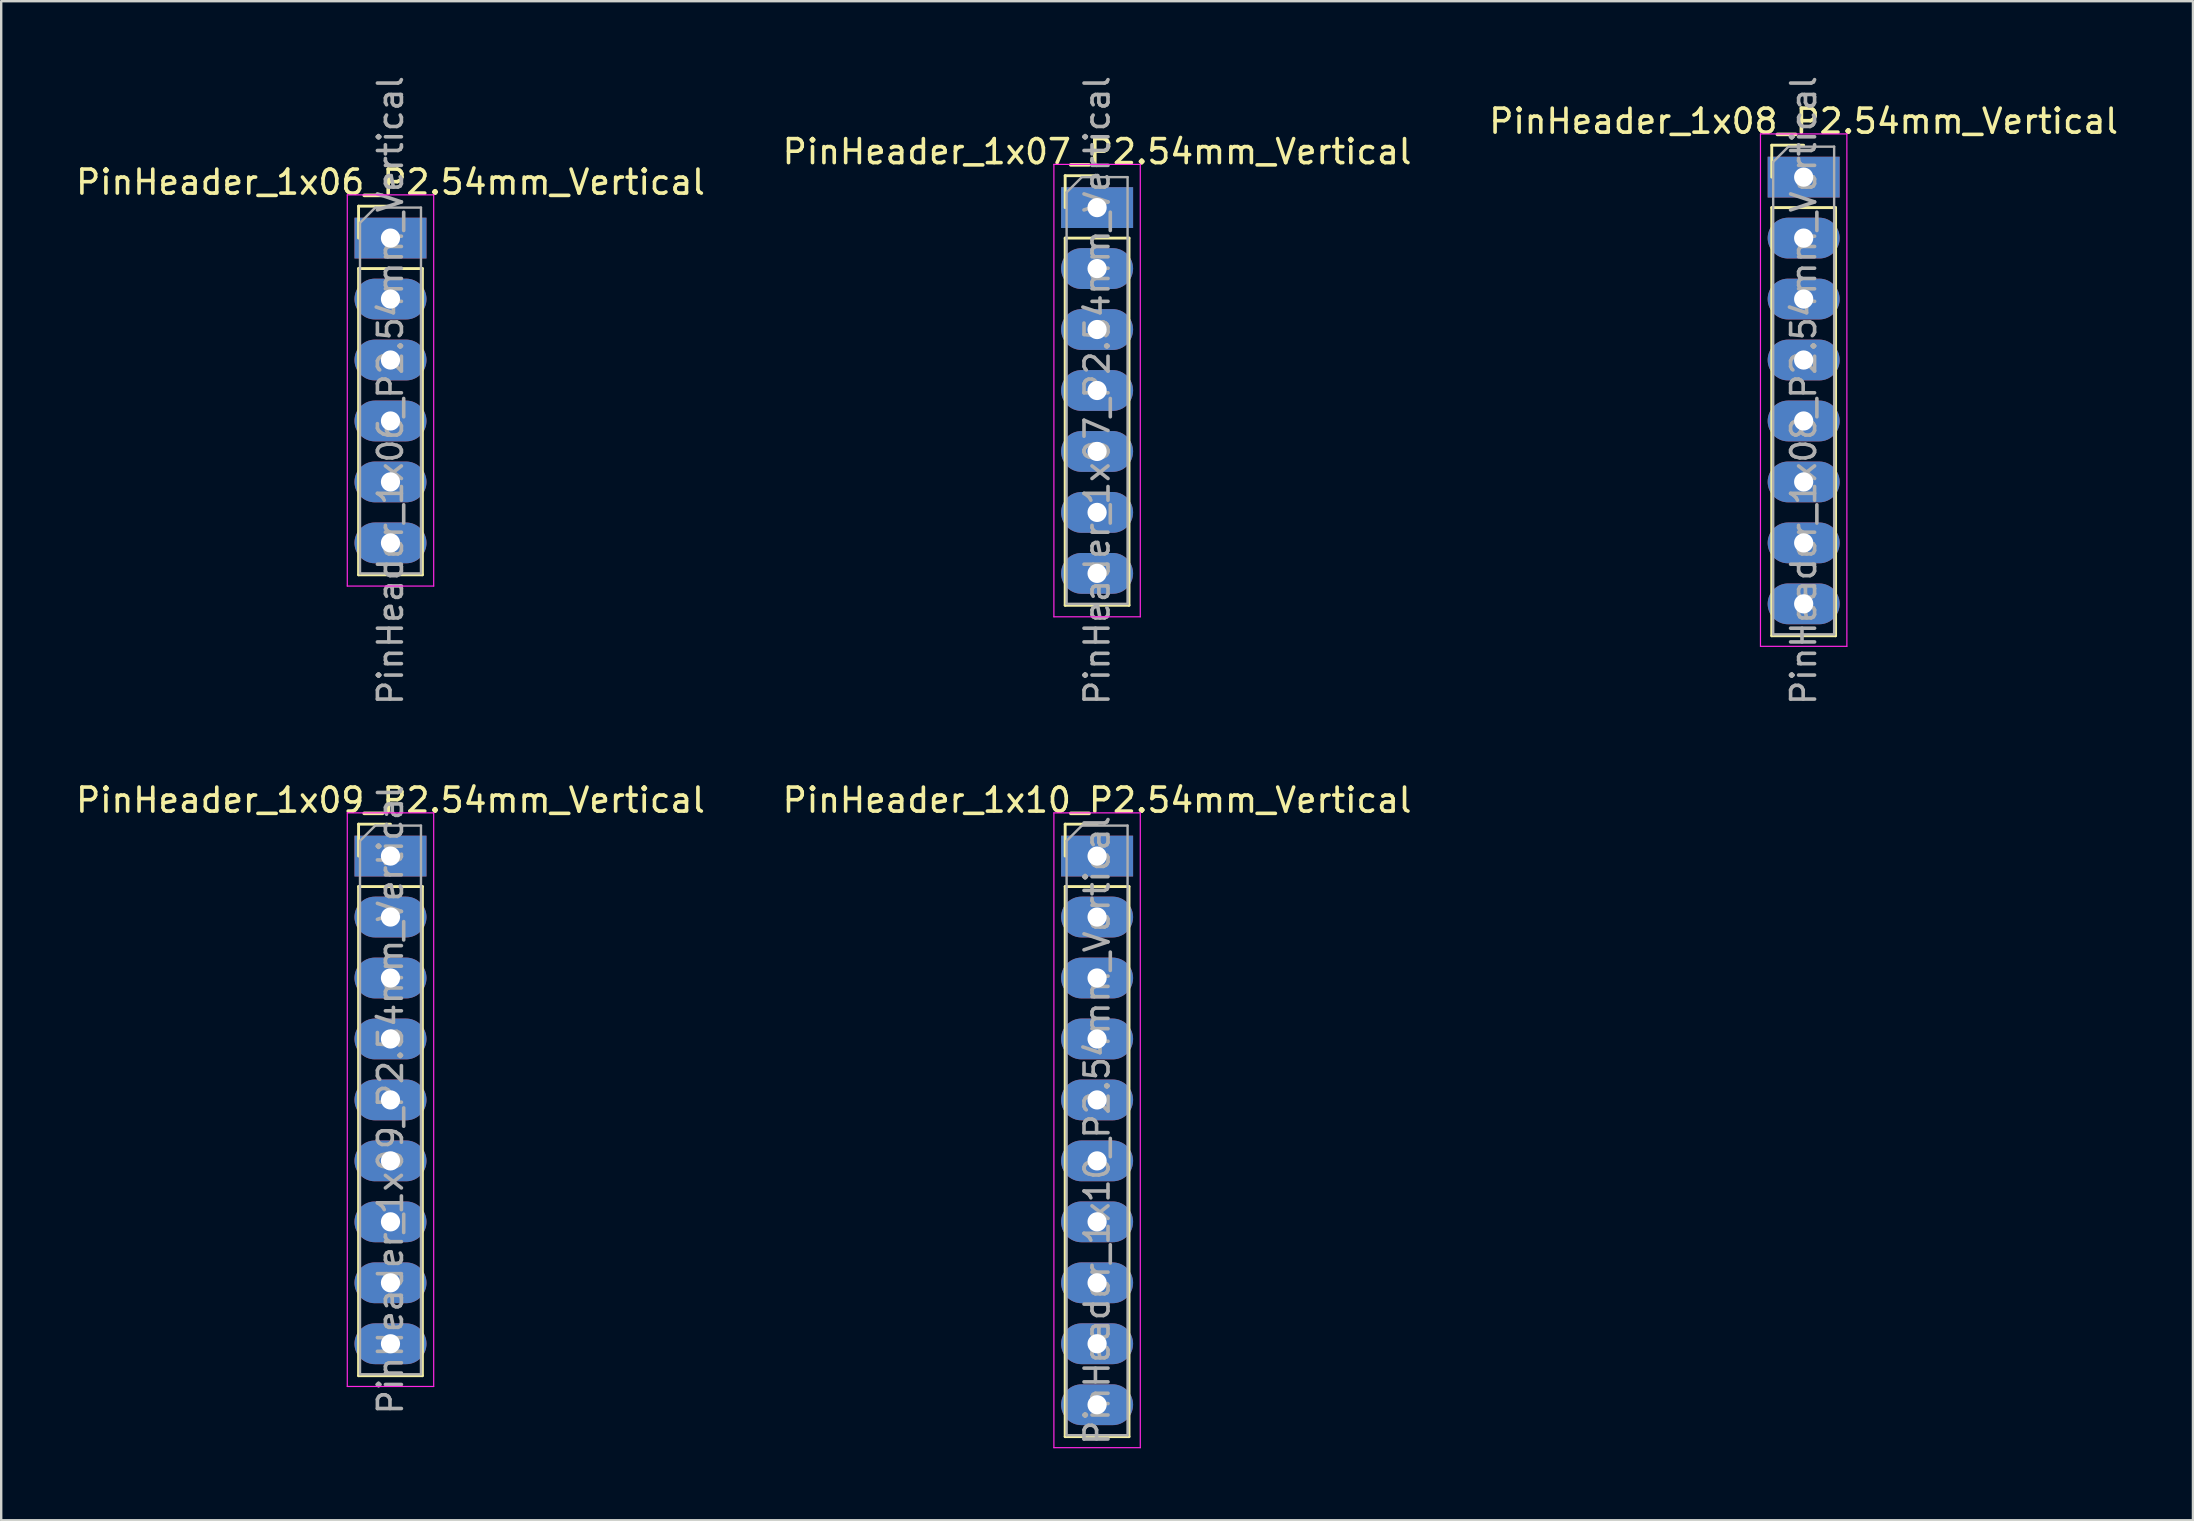
<source format=kicad_pcb>
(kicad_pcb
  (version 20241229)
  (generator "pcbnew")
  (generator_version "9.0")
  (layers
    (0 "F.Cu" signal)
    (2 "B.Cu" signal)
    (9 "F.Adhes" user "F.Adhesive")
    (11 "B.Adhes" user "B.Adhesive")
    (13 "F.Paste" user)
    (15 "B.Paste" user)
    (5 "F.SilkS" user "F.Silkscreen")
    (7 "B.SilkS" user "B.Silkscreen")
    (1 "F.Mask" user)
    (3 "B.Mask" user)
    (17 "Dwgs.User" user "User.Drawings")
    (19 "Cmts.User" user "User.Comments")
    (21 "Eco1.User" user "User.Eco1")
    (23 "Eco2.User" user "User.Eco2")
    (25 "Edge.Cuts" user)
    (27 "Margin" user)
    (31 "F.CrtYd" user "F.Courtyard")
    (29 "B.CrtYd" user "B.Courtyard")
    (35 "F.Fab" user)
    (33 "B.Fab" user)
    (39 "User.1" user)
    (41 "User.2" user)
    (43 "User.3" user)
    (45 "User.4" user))
  (footprint "PinHeader_1x06_P2.54mm_Vertical"
    (layer "F.Cu")
    (at 13.22 6.87)
    (property "Reference" "PinHeader_1x06_P2.54mm_Vertical" (at 0 -2.33 0) (layer "F.SilkS") (effects (font (size 1 1) (thickness 0.15))))
    (attr through_hole)
    (fp_line (start -1.33 -1.33) (end 0 -1.33) (stroke (width 0.12) (type solid)) (layer "F.SilkS"))
    (fp_line (start -1.33 0) (end -1.33 -1.33) (stroke (width 0.12) (type solid)) (layer "F.SilkS"))
    (fp_line (start -1.33 1.27) (end -1.33 14.03) (stroke (width 0.12) (type solid)) (layer "F.SilkS"))
    (fp_line (start -1.33 1.27) (end 1.33 1.27) (stroke (width 0.12) (type solid)) (layer "F.SilkS"))
    (fp_line (start -1.33 14.03) (end 1.33 14.03) (stroke (width 0.12) (type solid)) (layer "F.SilkS"))
    (fp_line (start 1.33 1.27) (end 1.33 14.03) (stroke (width 0.12) (type solid)) (layer "F.SilkS"))
    (fp_line (start -1.8 -1.8) (end -1.8 14.5) (stroke (width 0.05) (type solid)) (layer "F.CrtYd"))
    (fp_line (start -1.8 14.5) (end 1.8 14.5) (stroke (width 0.05) (type solid)) (layer "F.CrtYd"))
    (fp_line (start 1.8 -1.8) (end -1.8 -1.8) (stroke (width 0.05) (type solid)) (layer "F.CrtYd"))
    (fp_line (start 1.8 14.5) (end 1.8 -1.8) (stroke (width 0.05) (type solid)) (layer "F.CrtYd"))
    (fp_line (start -1.27 -0.635) (end -0.635 -1.27) (stroke (width 0.1) (type solid)) (layer "F.Fab"))
    (fp_line (start -1.27 13.97) (end -1.27 -0.635) (stroke (width 0.1) (type solid)) (layer "F.Fab"))
    (fp_line (start -0.635 -1.27) (end 1.27 -1.27) (stroke (width 0.1) (type solid)) (layer "F.Fab"))
    (fp_line (start 1.27 -1.27) (end 1.27 13.97) (stroke (width 0.1) (type solid)) (layer "F.Fab"))
    (fp_line (start 1.27 13.97) (end -1.27 13.97) (stroke (width 0.1) (type solid)) (layer "F.Fab"))
    (fp_text user "${REFERENCE}" (at 0 6.35 90) (layer "F.Fab") (effects (font (size 1 1) (thickness 0.15))))
    (pad "1" thru_hole rect (at 0 0) (size 3 1.7) (drill 0.8) (layers "*.Cu" "*.Mask"))
    (pad "2" thru_hole oval (at 0 2.54) (size 3 1.7) (drill 0.8) (layers "*.Cu" "*.Mask"))
    (pad "3" thru_hole oval (at 0 5.08) (size 3 1.7) (drill 0.8) (layers "*.Cu" "*.Mask"))
    (pad "4" thru_hole oval (at 0 7.62) (size 3 1.7) (drill 0.8) (layers "*.Cu" "*.Mask"))
    (pad "5" thru_hole oval (at 0 10.16) (size 3 1.7) (drill 0.8) (layers "*.Cu" "*.Mask"))
    (pad "6" thru_hole oval (at 0 12.7) (size 3 1.7) (drill 0.8) (layers "*.Cu" "*.Mask")))
  (footprint "PinHeader_1x09_P2.54mm_Vertical"
    (layer "F.Cu")
    (at 13.22 32.619)
    (property "Reference" "PinHeader_1x09_P2.54mm_Vertical" (at 0 -2.33 0) (layer "F.SilkS") (effects (font (size 1 1) (thickness 0.15))))
    (attr through_hole)
    (fp_line (start -1.33 -1.33) (end 0 -1.33) (stroke (width 0.12) (type solid)) (layer "F.SilkS"))
    (fp_line (start -1.33 0) (end -1.33 -1.33) (stroke (width 0.12) (type solid)) (layer "F.SilkS"))
    (fp_line (start -1.33 1.27) (end -1.33 21.65) (stroke (width 0.12) (type solid)) (layer "F.SilkS"))
    (fp_line (start -1.33 1.27) (end 1.33 1.27) (stroke (width 0.12) (type solid)) (layer "F.SilkS"))
    (fp_line (start -1.33 21.65) (end 1.33 21.65) (stroke (width 0.12) (type solid)) (layer "F.SilkS"))
    (fp_line (start 1.33 1.27) (end 1.33 21.65) (stroke (width 0.12) (type solid)) (layer "F.SilkS"))
    (fp_line (start -1.8 -1.8) (end -1.8 22.1) (stroke (width 0.05) (type solid)) (layer "F.CrtYd"))
    (fp_line (start -1.8 22.1) (end 1.8 22.1) (stroke (width 0.05) (type solid)) (layer "F.CrtYd"))
    (fp_line (start 1.8 -1.8) (end -1.8 -1.8) (stroke (width 0.05) (type solid)) (layer "F.CrtYd"))
    (fp_line (start 1.8 22.1) (end 1.8 -1.8) (stroke (width 0.05) (type solid)) (layer "F.CrtYd"))
    (fp_line (start -1.27 -0.635) (end -0.635 -1.27) (stroke (width 0.1) (type solid)) (layer "F.Fab"))
    (fp_line (start -1.27 21.59) (end -1.27 -0.635) (stroke (width 0.1) (type solid)) (layer "F.Fab"))
    (fp_line (start -0.635 -1.27) (end 1.27 -1.27) (stroke (width 0.1) (type solid)) (layer "F.Fab"))
    (fp_line (start 1.27 -1.27) (end 1.27 21.59) (stroke (width 0.1) (type solid)) (layer "F.Fab"))
    (fp_line (start 1.27 21.59) (end -1.27 21.59) (stroke (width 0.1) (type solid)) (layer "F.Fab"))
    (fp_text user "${REFERENCE}" (at 0 10.16 90) (layer "F.Fab") (effects (font (size 1 1) (thickness 0.15))))
    (pad "1" thru_hole rect (at 0 0) (size 3 1.7) (drill 0.8) (layers "*.Cu" "*.Mask"))
    (pad "2" thru_hole oval (at 0 2.54) (size 3 1.7) (drill 0.8) (layers "*.Cu" "*.Mask"))
    (pad "3" thru_hole oval (at 0 5.08) (size 3 1.7) (drill 0.8) (layers "*.Cu" "*.Mask"))
    (pad "4" thru_hole oval (at 0 7.62) (size 3 1.7) (drill 0.8) (layers "*.Cu" "*.Mask"))
    (pad "5" thru_hole oval (at 0 10.16) (size 3 1.7) (drill 0.8) (layers "*.Cu" "*.Mask"))
    (pad "6" thru_hole oval (at 0 12.7) (size 3 1.7) (drill 0.8) (layers "*.Cu" "*.Mask"))
    (pad "7" thru_hole oval (at 0 15.24) (size 3 1.7) (drill 0.8) (layers "*.Cu" "*.Mask"))
    (pad "8" thru_hole oval (at 0 17.78) (size 3 1.7) (drill 0.8) (layers "*.Cu" "*.Mask"))
    (pad "9" thru_hole oval (at 0 20.32) (size 3 1.7) (drill 0.8) (layers "*.Cu" "*.Mask")))
  (footprint "PinHeader_1x07_P2.54mm_Vertical"
    (layer "F.Cu")
    (at 42.661 5.6)
    (property "Reference" "PinHeader_1x07_P2.54mm_Vertical" (at 0 -2.33 0) (layer "F.SilkS") (effects (font (size 1 1) (thickness 0.15))))
    (attr through_hole)
    (fp_line (start -1.33 -1.33) (end 0 -1.33) (stroke (width 0.12) (type solid)) (layer "F.SilkS"))
    (fp_line (start -1.33 0) (end -1.33 -1.33) (stroke (width 0.12) (type solid)) (layer "F.SilkS"))
    (fp_line (start -1.33 1.27) (end -1.33 16.57) (stroke (width 0.12) (type solid)) (layer "F.SilkS"))
    (fp_line (start -1.33 1.27) (end 1.33 1.27) (stroke (width 0.12) (type solid)) (layer "F.SilkS"))
    (fp_line (start -1.33 16.57) (end 1.33 16.57) (stroke (width 0.12) (type solid)) (layer "F.SilkS"))
    (fp_line (start 1.33 1.27) (end 1.33 16.57) (stroke (width 0.12) (type solid)) (layer "F.SilkS"))
    (fp_line (start -1.8 -1.8) (end -1.8 17.05) (stroke (width 0.05) (type solid)) (layer "F.CrtYd"))
    (fp_line (start -1.8 17.05) (end 1.8 17.05) (stroke (width 0.05) (type solid)) (layer "F.CrtYd"))
    (fp_line (start 1.8 -1.8) (end -1.8 -1.8) (stroke (width 0.05) (type solid)) (layer "F.CrtYd"))
    (fp_line (start 1.8 17.05) (end 1.8 -1.8) (stroke (width 0.05) (type solid)) (layer "F.CrtYd"))
    (fp_line (start -1.27 -0.635) (end -0.635 -1.27) (stroke (width 0.1) (type solid)) (layer "F.Fab"))
    (fp_line (start -1.27 16.51) (end -1.27 -0.635) (stroke (width 0.1) (type solid)) (layer "F.Fab"))
    (fp_line (start -0.635 -1.27) (end 1.27 -1.27) (stroke (width 0.1) (type solid)) (layer "F.Fab"))
    (fp_line (start 1.27 -1.27) (end 1.27 16.51) (stroke (width 0.1) (type solid)) (layer "F.Fab"))
    (fp_line (start 1.27 16.51) (end -1.27 16.51) (stroke (width 0.1) (type solid)) (layer "F.Fab"))
    (fp_text user "${REFERENCE}" (at 0 7.62 90) (layer "F.Fab") (effects (font (size 1 1) (thickness 0.15))))
    (pad "1" thru_hole rect (at 0 0) (size 3 1.7) (drill 0.8) (layers "*.Cu" "*.Mask"))
    (pad "2" thru_hole oval (at 0 2.54) (size 3 1.7) (drill 0.8) (layers "*.Cu" "*.Mask"))
    (pad "3" thru_hole oval (at 0 5.08) (size 3 1.7) (drill 0.8) (layers "*.Cu" "*.Mask"))
    (pad "4" thru_hole oval (at 0 7.62) (size 3 1.7) (drill 0.8) (layers "*.Cu" "*.Mask"))
    (pad "5" thru_hole oval (at 0 10.16) (size 3 1.7) (drill 0.8) (layers "*.Cu" "*.Mask"))
    (pad "6" thru_hole oval (at 0 12.7) (size 3 1.7) (drill 0.8) (layers "*.Cu" "*.Mask"))
    (pad "7" thru_hole oval (at 0 15.24) (size 3 1.7) (drill 0.8) (layers "*.Cu" "*.Mask")))
  (footprint "PinHeader_1x08_P2.54mm_Vertical"
    (layer "F.Cu")
    (at 72.101 4.33)
    (property "Reference" "PinHeader_1x08_P2.54mm_Vertical" (at 0 -2.33 0) (layer "F.SilkS") (effects (font (size 1 1) (thickness 0.15))))
    (attr through_hole)
    (fp_line (start -1.33 -1.33) (end 0 -1.33) (stroke (width 0.12) (type solid)) (layer "F.SilkS"))
    (fp_line (start -1.33 0) (end -1.33 -1.33) (stroke (width 0.12) (type solid)) (layer "F.SilkS"))
    (fp_line (start -1.33 1.27) (end -1.33 19.11) (stroke (width 0.12) (type solid)) (layer "F.SilkS"))
    (fp_line (start -1.33 1.27) (end 1.33 1.27) (stroke (width 0.12) (type solid)) (layer "F.SilkS"))
    (fp_line (start -1.33 19.11) (end 1.33 19.11) (stroke (width 0.12) (type solid)) (layer "F.SilkS"))
    (fp_line (start 1.33 1.27) (end 1.33 19.11) (stroke (width 0.12) (type solid)) (layer "F.SilkS"))
    (fp_line (start -1.8 -1.8) (end -1.8 19.55) (stroke (width 0.05) (type solid)) (layer "F.CrtYd"))
    (fp_line (start -1.8 19.55) (end 1.8 19.55) (stroke (width 0.05) (type solid)) (layer "F.CrtYd"))
    (fp_line (start 1.8 -1.8) (end -1.8 -1.8) (stroke (width 0.05) (type solid)) (layer "F.CrtYd"))
    (fp_line (start 1.8 19.55) (end 1.8 -1.8) (stroke (width 0.05) (type solid)) (layer "F.CrtYd"))
    (fp_line (start -1.27 -0.635) (end -0.635 -1.27) (stroke (width 0.1) (type solid)) (layer "F.Fab"))
    (fp_line (start -1.27 19.05) (end -1.27 -0.635) (stroke (width 0.1) (type solid)) (layer "F.Fab"))
    (fp_line (start -0.635 -1.27) (end 1.27 -1.27) (stroke (width 0.1) (type solid)) (layer "F.Fab"))
    (fp_line (start 1.27 -1.27) (end 1.27 19.05) (stroke (width 0.1) (type solid)) (layer "F.Fab"))
    (fp_line (start 1.27 19.05) (end -1.27 19.05) (stroke (width 0.1) (type solid)) (layer "F.Fab"))
    (fp_text user "${REFERENCE}" (at 0 8.89 90) (layer "F.Fab") (effects (font (size 1 1) (thickness 0.15))))
    (pad "1" thru_hole rect (at 0 0) (size 3 1.7) (drill 0.8) (layers "*.Cu" "*.Mask"))
    (pad "2" thru_hole oval (at 0 2.54) (size 3 1.7) (drill 0.8) (layers "*.Cu" "*.Mask"))
    (pad "3" thru_hole oval (at 0 5.08) (size 3 1.7) (drill 0.8) (layers "*.Cu" "*.Mask"))
    (pad "4" thru_hole oval (at 0 7.62) (size 3 1.7) (drill 0.8) (layers "*.Cu" "*.Mask"))
    (pad "5" thru_hole oval (at 0 10.16) (size 3 1.7) (drill 0.8) (layers "*.Cu" "*.Mask"))
    (pad "6" thru_hole oval (at 0 12.7) (size 3 1.7) (drill 0.8) (layers "*.Cu" "*.Mask"))
    (pad "7" thru_hole oval (at 0 15.24) (size 3 1.7) (drill 0.8) (layers "*.Cu" "*.Mask"))
    (pad "8" thru_hole oval (at 0 17.78) (size 3 1.7) (drill 0.8) (layers "*.Cu" "*.Mask")))
  (footprint "PinHeader_1x10_P2.54mm_Vertical"
    (layer "F.Cu")
    (at 42.661 32.619)
    (property "Reference" "PinHeader_1x10_P2.54mm_Vertical" (at 0 -2.33 0) (layer "F.SilkS") (effects (font (size 1 1) (thickness 0.15))))
    (attr through_hole)
    (fp_line (start -1.33 -1.33) (end 0 -1.33) (stroke (width 0.12) (type solid)) (layer "F.SilkS"))
    (fp_line (start -1.33 0) (end -1.33 -1.33) (stroke (width 0.12) (type solid)) (layer "F.SilkS"))
    (fp_line (start -1.33 1.27) (end -1.33 24.19) (stroke (width 0.12) (type solid)) (layer "F.SilkS"))
    (fp_line (start -1.33 1.27) (end 1.33 1.27) (stroke (width 0.12) (type solid)) (layer "F.SilkS"))
    (fp_line (start -1.33 24.19) (end 1.33 24.19) (stroke (width 0.12) (type solid)) (layer "F.SilkS"))
    (fp_line (start 1.33 1.27) (end 1.33 24.19) (stroke (width 0.12) (type solid)) (layer "F.SilkS"))
    (fp_line (start -1.8 -1.8) (end -1.8 24.65) (stroke (width 0.05) (type solid)) (layer "F.CrtYd"))
    (fp_line (start -1.8 24.65) (end 1.8 24.65) (stroke (width 0.05) (type solid)) (layer "F.CrtYd"))
    (fp_line (start 1.8 -1.8) (end -1.8 -1.8) (stroke (width 0.05) (type solid)) (layer "F.CrtYd"))
    (fp_line (start 1.8 24.65) (end 1.8 -1.8) (stroke (width 0.05) (type solid)) (layer "F.CrtYd"))
    (fp_line (start -1.27 -0.635) (end -0.635 -1.27) (stroke (width 0.1) (type solid)) (layer "F.Fab"))
    (fp_line (start -1.27 24.13) (end -1.27 -0.635) (stroke (width 0.1) (type solid)) (layer "F.Fab"))
    (fp_line (start -0.635 -1.27) (end 1.27 -1.27) (stroke (width 0.1) (type solid)) (layer "F.Fab"))
    (fp_line (start 1.27 -1.27) (end 1.27 24.13) (stroke (width 0.1) (type solid)) (layer "F.Fab"))
    (fp_line (start 1.27 24.13) (end -1.27 24.13) (stroke (width 0.1) (type solid)) (layer "F.Fab"))
    (fp_text user "${REFERENCE}" (at 0 11.43 90) (layer "F.Fab") (effects (font (size 1 1) (thickness 0.15))))
    (pad "1" thru_hole rect (at 0 0) (size 3 1.7) (drill 0.8) (layers "*.Cu" "*.Mask"))
    (pad "2" thru_hole oval (at 0 2.54) (size 3 1.7) (drill 0.8) (layers "*.Cu" "*.Mask"))
    (pad "3" thru_hole oval (at 0 5.08) (size 3 1.7) (drill 0.8) (layers "*.Cu" "*.Mask"))
    (pad "4" thru_hole oval (at 0 7.62) (size 3 1.7) (drill 0.8) (layers "*.Cu" "*.Mask"))
    (pad "5" thru_hole oval (at 0 10.16) (size 3 1.7) (drill 0.8) (layers "*.Cu" "*.Mask"))
    (pad "6" thru_hole oval (at 0 12.7) (size 3 1.7) (drill 0.8) (layers "*.Cu" "*.Mask"))
    (pad "7" thru_hole oval (at 0 15.24) (size 3 1.7) (drill 0.8) (layers "*.Cu" "*.Mask"))
    (pad "8" thru_hole oval (at 0 17.78) (size 3 1.7) (drill 0.8) (layers "*.Cu" "*.Mask"))
    (pad "9" thru_hole oval (at 0 20.32) (size 3 1.7) (drill 0.8) (layers "*.Cu" "*.Mask"))
    (pad "10" thru_hole oval (at 0 22.86) (size 3 1.7) (drill 0.8) (layers "*.Cu" "*.Mask")))
  (gr_rect
    (start -3 -3)
    (end 88.321 60.294)
    (stroke (width 0.1) (type default))
    (fill no)
    (layer "Edge.Cuts")))
</source>
